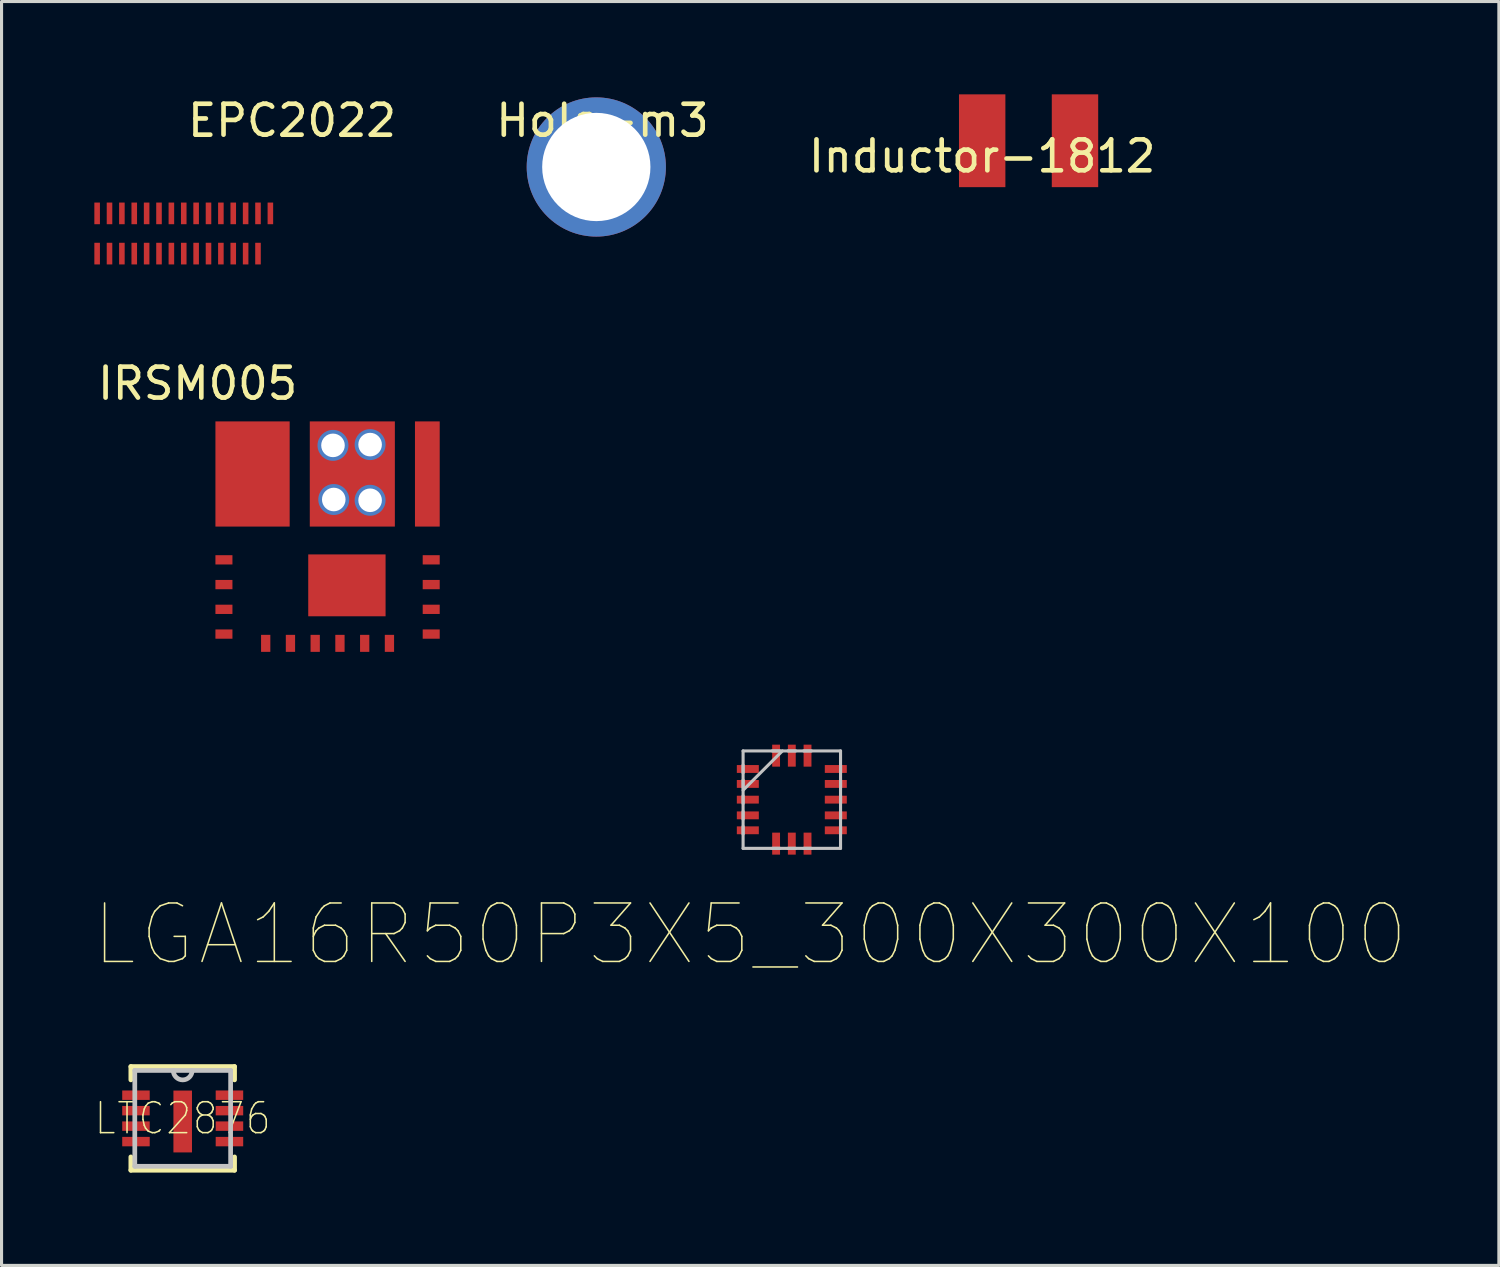
<source format=kicad_pcb>
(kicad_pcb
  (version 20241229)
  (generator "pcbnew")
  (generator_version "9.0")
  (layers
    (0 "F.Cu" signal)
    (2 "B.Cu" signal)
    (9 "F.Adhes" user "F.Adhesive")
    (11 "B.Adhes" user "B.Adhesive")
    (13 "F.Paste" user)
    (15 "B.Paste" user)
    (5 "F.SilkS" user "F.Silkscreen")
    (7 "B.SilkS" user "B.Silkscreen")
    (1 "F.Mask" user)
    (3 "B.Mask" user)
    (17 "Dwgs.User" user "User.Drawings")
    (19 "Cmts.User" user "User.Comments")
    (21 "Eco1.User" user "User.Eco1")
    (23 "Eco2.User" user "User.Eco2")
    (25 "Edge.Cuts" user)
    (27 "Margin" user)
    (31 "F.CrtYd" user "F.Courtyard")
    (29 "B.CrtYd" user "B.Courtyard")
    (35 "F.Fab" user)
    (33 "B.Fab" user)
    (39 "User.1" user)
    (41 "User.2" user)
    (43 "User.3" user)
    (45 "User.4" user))
  (footprint "LTC2876"
    (layer "F.Cu")
    (at 2.856 33.103)
    (property "Reference" "LTC2876" (at 0 0 0) (layer "F.SilkS") (effects (font (size 1 0.9) (thickness 0.05))))
    (attr smd)
    (fp_line (start -1.676 -1.676) (end -1.676 -1.245) (stroke (width 0.152) (type solid)) (layer "F.SilkS"))
    (fp_line (start -1.676 1.245) (end -1.676 1.676) (stroke (width 0.152) (type solid)) (layer "F.SilkS"))
    (fp_line (start -1.676 1.676) (end 1.676 1.676) (stroke (width 0.152) (type solid)) (layer "F.SilkS"))
    (fp_line (start 1.676 -1.676) (end -1.676 -1.676) (stroke (width 0.152) (type solid)) (layer "F.SilkS"))
    (fp_line (start 1.676 -1.245) (end 1.676 -1.676) (stroke (width 0.152) (type solid)) (layer "F.SilkS"))
    (fp_line (start 1.676 1.676) (end 1.676 1.245) (stroke (width 0.152) (type solid)) (layer "F.SilkS"))
    (fp_line (start -1.549 -1.549) (end -1.549 1.549) (stroke (width 0.152) (type solid)) (layer "Dwgs.User"))
    (fp_line (start -1.549 1.549) (end 1.549 1.549) (stroke (width 0.152) (type solid)) (layer "Dwgs.User"))
    (fp_line (start -0.305 -1.549) (end -1.549 -1.549) (stroke (width 0.152) (type solid)) (layer "Dwgs.User"))
    (fp_line (start 0.305 -1.549) (end -0.305 -1.549) (stroke (width 0.152) (type solid)) (layer "Dwgs.User"))
    (fp_line (start 1.549 -1.549) (end 0.305 -1.549) (stroke (width 0.152) (type solid)) (layer "Dwgs.User"))
    (fp_line (start 1.549 1.549) (end 1.549 -1.549) (stroke (width 0.152) (type solid)) (layer "Dwgs.User"))
    (fp_arc (start 0.3048 -1.5494) (mid 0 -1.2446) (end -0.3048 -1.5494) (stroke (width 0.1524) (type solid)) (layer "Dwgs.User"))
    (pad "1" smd rect (at -1.511 -0.75) (size 0.889 0.305) (layers "F.Cu" "F.Mask" "F.Paste"))
    (pad "2" smd rect (at -1.511 -0.25) (size 0.889 0.305) (layers "F.Cu" "F.Mask" "F.Paste"))
    (pad "3" smd rect (at -1.511 0.25) (size 0.889 0.305) (layers "F.Cu" "F.Mask" "F.Paste"))
    (pad "4" smd rect (at -1.511 0.75) (size 0.889 0.305) (layers "F.Cu" "F.Mask" "F.Paste"))
    (pad "5" smd rect (at 1.511 0.75) (size 0.889 0.305) (layers "F.Cu" "F.Mask" "F.Paste"))
    (pad "6" smd rect (at 1.511 0.25) (size 0.889 0.305) (layers "F.Cu" "F.Mask" "F.Paste"))
    (pad "7" smd rect (at 1.511 -0.25) (size 0.889 0.305) (layers "F.Cu" "F.Mask" "F.Paste"))
    (pad "8" smd rect (at 1.511 -0.75) (size 0.889 0.305) (layers "F.Cu" "F.Mask" "F.Paste"))
    (pad "9" smd rect (at 0 0.1) (size 0.6 2) (layers "F.Cu" "F.Mask" "F.Paste")))
  (footprint "EPC2022"
    (layer "F.Cu")
    (at 6.39 0.348)
    (property "Reference" "EPC2022" (at 0 0.5 0) (layer "F.SilkS") (effects (font (size 1 1) (thickness 0.15))))
    (attr through_hole)
    (pad "1" smd rect (at -6.3 3.5) (size 0.18 0.7) (layers "F.Cu" "F.Mask" "F.Paste"))
    (pad "2" smd rect (at -5.9 3.5) (size 0.18 0.7) (layers "F.Cu" "F.Mask" "F.Paste"))
    (pad "2" smd rect (at -5.9 4.8) (size 0.18 0.7) (layers "F.Cu" "F.Mask" "F.Paste"))
    (pad "2" smd rect (at -5.1 3.5) (size 0.18 0.7) (layers "F.Cu" "F.Mask" "F.Paste"))
    (pad "2" smd rect (at -5.1 4.8) (size 0.18 0.7) (layers "F.Cu" "F.Mask" "F.Paste"))
    (pad "2" smd rect (at -4.3 3.5) (size 0.18 0.7) (layers "F.Cu" "F.Mask" "F.Paste"))
    (pad "2" smd rect (at -4.3 4.8) (size 0.18 0.7) (layers "F.Cu" "F.Mask" "F.Paste"))
    (pad "2" smd rect (at -3.5 3.5) (size 0.18 0.7) (layers "F.Cu" "F.Mask" "F.Paste"))
    (pad "2" smd rect (at -3.5 4.8) (size 0.18 0.7) (layers "F.Cu" "F.Mask" "F.Paste"))
    (pad "2" smd rect (at -2.7 3.5) (size 0.18 0.7) (layers "F.Cu" "F.Mask" "F.Paste"))
    (pad "2" smd rect (at -2.7 4.8) (size 0.18 0.7) (layers "F.Cu" "F.Mask" "F.Paste"))
    (pad "2" smd rect (at -1.9 3.5) (size 0.18 0.7) (layers "F.Cu" "F.Mask" "F.Paste"))
    (pad "2" smd rect (at -1.9 4.8) (size 0.18 0.7) (layers "F.Cu" "F.Mask" "F.Paste"))
    (pad "2" smd rect (at -1.1 3.5) (size 0.18 0.7) (layers "F.Cu" "F.Mask" "F.Paste"))
    (pad "2" smd rect (at -1.1 4.8) (size 0.18 0.7) (layers "F.Cu" "F.Mask" "F.Paste"))
    (pad "3" smd rect (at -6.3 4.8) (size 0.18 0.7) (layers "F.Cu" "F.Mask" "F.Paste"))
    (pad "3" smd rect (at -5.5 3.5) (size 0.18 0.7) (layers "F.Cu" "F.Mask" "F.Paste"))
    (pad "3" smd rect (at -5.5 4.8) (size 0.18 0.7) (layers "F.Cu" "F.Mask" "F.Paste"))
    (pad "3" smd rect (at -4.7 3.5) (size 0.18 0.7) (layers "F.Cu" "F.Mask" "F.Paste"))
    (pad "3" smd rect (at -4.7 4.8) (size 0.18 0.7) (layers "F.Cu" "F.Mask" "F.Paste"))
    (pad "3" smd rect (at -3.9 3.5) (size 0.18 0.7) (layers "F.Cu" "F.Mask" "F.Paste"))
    (pad "3" smd rect (at -3.9 4.8) (size 0.18 0.7) (layers "F.Cu" "F.Mask" "F.Paste"))
    (pad "3" smd rect (at -3.1 3.5) (size 0.18 0.7) (layers "F.Cu" "F.Mask" "F.Paste"))
    (pad "3" smd rect (at -3.1 4.8) (size 0.18 0.7) (layers "F.Cu" "F.Mask" "F.Paste"))
    (pad "3" smd rect (at -2.3 3.5) (size 0.18 0.7) (layers "F.Cu" "F.Mask" "F.Paste"))
    (pad "3" smd rect (at -2.3 4.8) (size 0.18 0.7) (layers "F.Cu" "F.Mask" "F.Paste"))
    (pad "3" smd rect (at -1.5 3.5) (size 0.18 0.7) (layers "F.Cu" "F.Mask" "F.Paste"))
    (pad "3" smd rect (at -1.5 4.8) (size 0.18 0.7) (layers "F.Cu" "F.Mask" "F.Paste"))
    (pad "3" smd rect (at -0.7 3.5) (size 0.18 0.7) (layers "F.Cu" "F.Mask" "F.Paste")))
  (footprint "Inductor-1812"
    (layer "F.Cu")
    (at 28.7 1.5)
    (property "Reference" "Inductor-1812" (at 0 0.5 0) (layer "F.SilkS") (effects (font (size 1 1) (thickness 0.15))))
    (attr through_hole)
    (pad "1" smd rect (at 0 0) (size 1.5 3) (layers "F.Cu" "F.Mask" "F.Paste"))
    (pad "2" smd rect (at 3 0) (size 1.5 3) (layers "F.Cu" "F.Mask" "F.Paste")))
  (footprint "IRSM005"
    (layer "F.Cu")
    (at 3.339 8.847)
    (property "Reference" "IRSM005" (at 0 0.5 0) (layer "F.SilkS") (effects (font (size 1 1) (thickness 0.15))))
    (attr through_hole)
    (pad "1" smd rect (at 2.2 8.9) (size 0.3 0.55) (layers "F.Cu" "F.Mask" "F.Paste"))
    (pad "2" smd rect (at 3 8.9) (size 0.3 0.55) (layers "F.Cu" "F.Mask" "F.Paste"))
    (pad "3" smd rect (at 3.8 8.9) (size 0.3 0.55) (layers "F.Cu" "F.Mask" "F.Paste"))
    (pad "4" smd rect (at 4.6 8.9) (size 0.3 0.55) (layers "F.Cu" "F.Mask" "F.Paste"))
    (pad "5" smd rect (at 5.4 8.9) (size 0.3 0.55) (layers "F.Cu" "F.Mask" "F.Paste"))
    (pad "6" smd rect (at 6.2 8.9) (size 0.3 0.55) (layers "F.Cu" "F.Mask" "F.Paste"))
    (pad "7" smd rect (at 7.55 8.6) (size 0.55 0.3) (layers "F.Cu" "F.Mask" "F.Paste"))
    (pad "8" smd rect (at 7.55 7.8) (size 0.55 0.3) (layers "F.Cu" "F.Mask" "F.Paste"))
    (pad "9" smd rect (at 7.55 7) (size 0.55 0.3) (layers "F.Cu" "F.Mask" "F.Paste"))
    (pad "10" smd rect (at 7.55 6.2) (size 0.55 0.3) (layers "F.Cu" "F.Mask" "F.Paste"))
    (pad "11" smd rect (at 7.425 3.425) (size 0.8 3.4) (layers "F.Cu" "F.Mask" "F.Paste"))
    (pad "12" thru_hole circle (at 4.375 2.5) (size 1 1) (drill 0.762) (layers "*.Cu" "*.Mask"))
    (pad "12" thru_hole circle (at 4.4 4.25) (size 1 1) (drill 0.762) (layers "*.Cu" "*.Mask"))
    (pad "12" smd rect (at 5 3.425) (size 2.75 3.4) (layers "F.Cu" "F.Mask" "F.Paste"))
    (pad "12" thru_hole circle (at 5.575 2.475) (size 1 1) (drill 0.762) (layers "*.Cu" "*.Mask"))
    (pad "12" thru_hole circle (at 5.575 4.275) (size 1 1) (drill 0.762) (layers "*.Cu" "*.Mask"))
    (pad "13" smd rect (at 1.775 3.425) (size 2.4 3.4) (layers "F.Cu" "F.Mask" "F.Paste"))
    (pad "24" smd rect (at 0.85 6.2) (size 0.55 0.3) (layers "F.Cu" "F.Mask" "F.Paste"))
    (pad "25" smd rect (at 0.85 7) (size 0.55 0.3) (layers "F.Cu" "F.Mask" "F.Paste"))
    (pad "26" smd rect (at 0.85 7.8) (size 0.55 0.3) (layers "F.Cu" "F.Mask" "F.Paste"))
    (pad "27" smd rect (at 0.85 8.6) (size 0.55 0.3) (layers "F.Cu" "F.Mask" "F.Paste"))
    (pad "28" smd rect (at 4.825 7.025) (size 2.5 2) (layers "F.Cu" "F.Mask" "F.Paste")))
  (footprint "Hole-m3"
    (layer "F.Cu")
    (at 16.426 0.348)
    (property "Reference" "Hole-m3" (at 0 0.5 0) (layer "F.SilkS") (effects (font (size 1 1) (thickness 0.15))))
    (attr through_hole)
    (pad "1" thru_hole circle (at -0.2 2) (size 4.5 4.5) (drill 3.5) (layers "*.Cu" "*.Mask")))
  (footprint "LGA16R50P3X5_300X300X100"
    (layer "F.Cu")
    (at 22.546 22.799)
    (property "Reference" "LGA16R50P3X5_300X300X100" (at -1.346 4.358 0) (layer "F.SilkS") (effects (font (size 1.889 1.889) (thickness 0.05))))
    (attr smd)
    (fp_line (start -1.575 -1.575) (end -1.575 1.575) (stroke (width 0.1) (type solid)) (layer "Dwgs.User"))
    (fp_line (start -1.575 -1.118) (end -1.575 -0.864) (stroke (width 0.1) (type solid)) (layer "Dwgs.User"))
    (fp_line (start -1.575 -0.635) (end -1.575 -0.381) (stroke (width 0.1) (type solid)) (layer "Dwgs.User"))
    (fp_line (start -1.575 -0.305) (end -0.305 -1.575) (stroke (width 0.1) (type solid)) (layer "Dwgs.User"))
    (fp_line (start -1.575 -0.127) (end -1.575 0.127) (stroke (width 0.1) (type solid)) (layer "Dwgs.User"))
    (fp_line (start -1.575 0.381) (end -1.575 0.635) (stroke (width 0.1) (type solid)) (layer "Dwgs.User"))
    (fp_line (start -1.575 0.864) (end -1.575 1.118) (stroke (width 0.1) (type solid)) (layer "Dwgs.User"))
    (fp_line (start -1.575 1.575) (end 1.575 1.575) (stroke (width 0.1) (type solid)) (layer "Dwgs.User"))
    (fp_line (start -0.635 1.575) (end -0.381 1.575) (stroke (width 0.1) (type solid)) (layer "Dwgs.User"))
    (fp_line (start -0.381 -1.575) (end -0.635 -1.575) (stroke (width 0.1) (type solid)) (layer "Dwgs.User"))
    (fp_line (start -0.127 1.575) (end 0.127 1.575) (stroke (width 0.1) (type solid)) (layer "Dwgs.User"))
    (fp_line (start 0.127 -1.575) (end -0.127 -1.575) (stroke (width 0.1) (type solid)) (layer "Dwgs.User"))
    (fp_line (start 0.381 1.575) (end 0.635 1.575) (stroke (width 0.1) (type solid)) (layer "Dwgs.User"))
    (fp_line (start 0.635 -1.575) (end 0.381 -1.575) (stroke (width 0.1) (type solid)) (layer "Dwgs.User"))
    (fp_line (start 1.575 -1.575) (end -1.575 -1.575) (stroke (width 0.1) (type solid)) (layer "Dwgs.User"))
    (fp_line (start 1.575 -0.864) (end 1.575 -1.118) (stroke (width 0.1) (type solid)) (layer "Dwgs.User"))
    (fp_line (start 1.575 -0.381) (end 1.575 -0.635) (stroke (width 0.1) (type solid)) (layer "Dwgs.User"))
    (fp_line (start 1.575 0.127) (end 1.575 -0.127) (stroke (width 0.1) (type solid)) (layer "Dwgs.User"))
    (fp_line (start 1.575 0.635) (end 1.575 0.381) (stroke (width 0.1) (type solid)) (layer "Dwgs.User"))
    (fp_line (start 1.575 1.118) (end 1.575 0.864) (stroke (width 0.1) (type solid)) (layer "Dwgs.User"))
    (fp_line (start 1.575 1.575) (end 1.575 -1.575) (stroke (width 0.1) (type solid)) (layer "Dwgs.User"))
    (pad "1" smd rect (at -1.422 -0.991 270) (size 0.254 0.711) (layers "F.Cu" "F.Mask" "F.Paste"))
    (pad "2" smd rect (at -1.422 -0.508 270) (size 0.254 0.711) (layers "F.Cu" "F.Mask" "F.Paste"))
    (pad "3" smd rect (at -1.422 0 270) (size 0.254 0.711) (layers "F.Cu" "F.Mask" "F.Paste"))
    (pad "4" smd rect (at -1.422 0.508 270) (size 0.254 0.711) (layers "F.Cu" "F.Mask" "F.Paste"))
    (pad "5" smd rect (at -1.422 0.991 270) (size 0.254 0.711) (layers "F.Cu" "F.Mask" "F.Paste"))
    (pad "6" smd rect (at -0.508 1.422 180) (size 0.254 0.711) (layers "F.Cu" "F.Mask" "F.Paste"))
    (pad "7" smd rect (at 0 1.422 180) (size 0.254 0.711) (layers "F.Cu" "F.Mask" "F.Paste"))
    (pad "8" smd rect (at 0.508 1.422 180) (size 0.254 0.711) (layers "F.Cu" "F.Mask" "F.Paste"))
    (pad "9" smd rect (at 1.422 0.991 270) (size 0.254 0.711) (layers "F.Cu" "F.Mask" "F.Paste"))
    (pad "10" smd rect (at 1.422 0.508 270) (size 0.254 0.711) (layers "F.Cu" "F.Mask" "F.Paste"))
    (pad "11" smd rect (at 1.422 0 270) (size 0.254 0.711) (layers "F.Cu" "F.Mask" "F.Paste"))
    (pad "12" smd rect (at 1.422 -0.508 270) (size 0.254 0.711) (layers "F.Cu" "F.Mask" "F.Paste"))
    (pad "13" smd rect (at 1.422 -0.991 270) (size 0.254 0.711) (layers "F.Cu" "F.Mask" "F.Paste"))
    (pad "14" smd rect (at 0.508 -1.422 180) (size 0.254 0.711) (layers "F.Cu" "F.Mask" "F.Paste"))
    (pad "15" smd rect (at 0 -1.422 180) (size 0.254 0.711) (layers "F.Cu" "F.Mask" "F.Paste"))
    (pad "16" smd rect (at -0.508 -1.422 180) (size 0.254 0.711) (layers "F.Cu" "F.Mask" "F.Paste")))
  (gr_rect
    (start -3 -3)
    (end 45.402 37.856)
    (stroke (width 0.1) (type default))
    (fill no)
    (layer "Edge.Cuts")))
</source>
